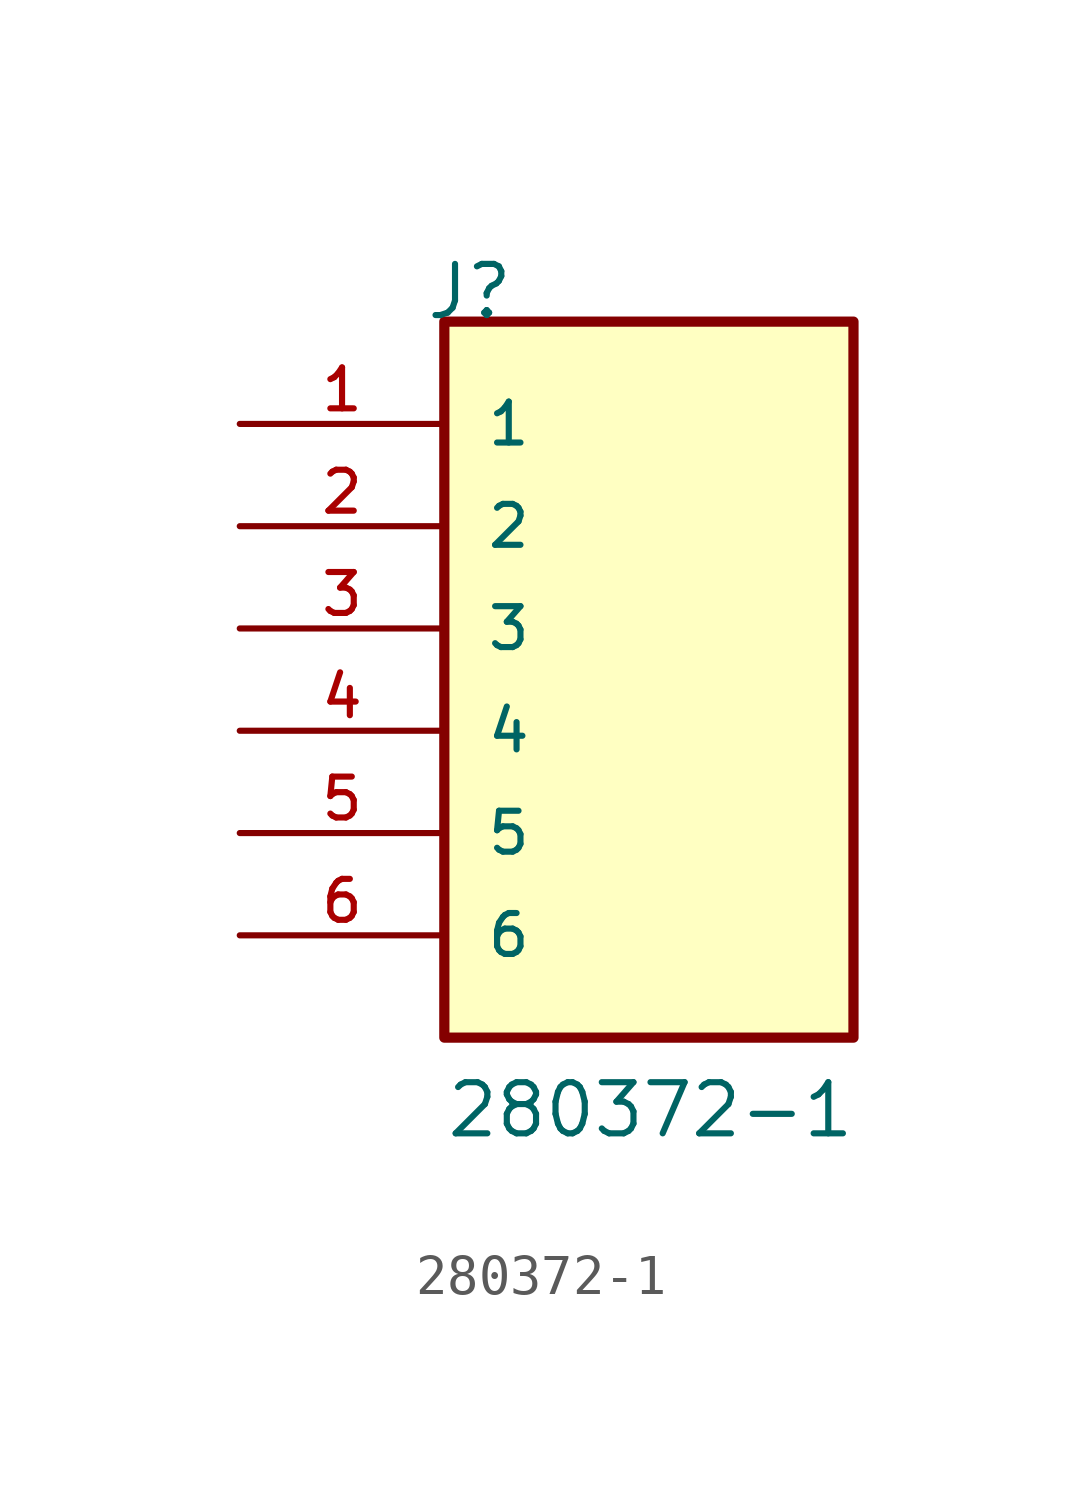
<source format=kicad_sym>
(kicad_symbol_lib
  (version 20211014)
  (generator kicad_symbol_editor)
  (symbol "280372-1"
    (pin_names
      (offset 1.016))
    (property "Reference" "J"
      (at -5.58 10.16 0)
      (effects (font (size 1.27 1.27)) (justify bottom left)))
    (property "Value" "280372-1"
      (at -5.08 -10.16 0)
      (effects (font (size 1.27 1.27)) (justify bottom left)))
    (symbol "280372-1_0_0"
      (rectangle (start -5.08 -7.62) (end 5.08 10.16) (stroke (width 0.254)) (fill (type background)))
      (pin passive line (at -10.16 7.62 0) (length 5.08) (name "1" (effects (font (size 1.016 1.016)))) (number "1" (effects (font (size 1.016 1.016)))))
      (pin passive line (at -10.16 5.08 0) (length 5.08) (name "2" (effects (font (size 1.016 1.016)))) (number "2" (effects (font (size 1.016 1.016)))))
      (pin passive line (at -10.16 2.54 0) (length 5.08) (name "3" (effects (font (size 1.016 1.016)))) (number "3" (effects (font (size 1.016 1.016)))))
      (pin passive line (at -10.16 0.0 0) (length 5.08) (name "4" (effects (font (size 1.016 1.016)))) (number "4" (effects (font (size 1.016 1.016)))))
      (pin passive line (at -10.16 -2.54 0) (length 5.08) (name "5" (effects (font (size 1.016 1.016)))) (number "5" (effects (font (size 1.016 1.016)))))
      (pin passive line (at -10.16 -5.08 0) (length 5.08) (name "6" (effects (font (size 1.016 1.016)))) (number "6" (effects (font (size 1.016 1.016))))))))
</source>
